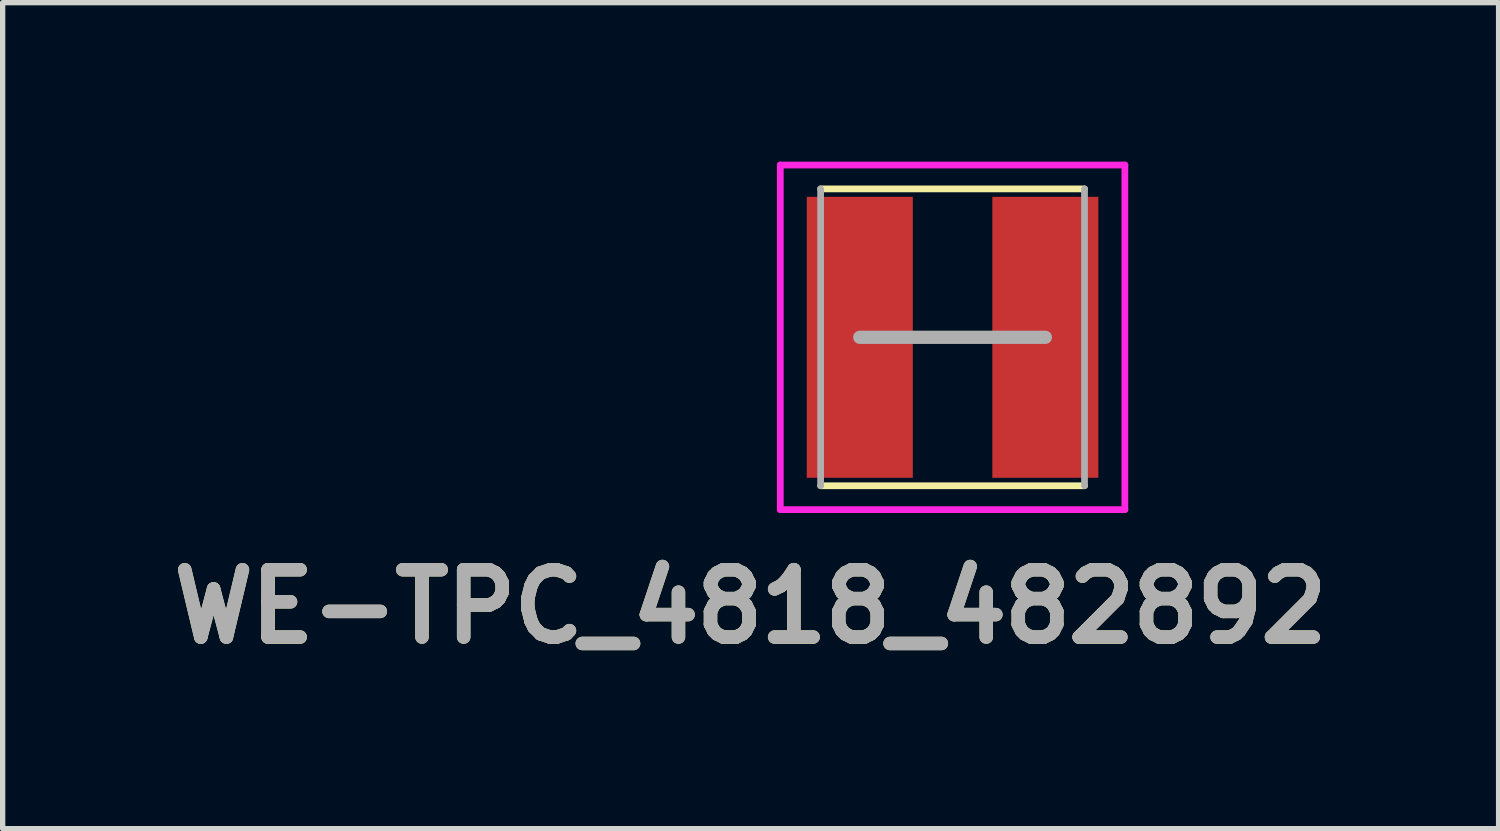
<source format=kicad_pcb>
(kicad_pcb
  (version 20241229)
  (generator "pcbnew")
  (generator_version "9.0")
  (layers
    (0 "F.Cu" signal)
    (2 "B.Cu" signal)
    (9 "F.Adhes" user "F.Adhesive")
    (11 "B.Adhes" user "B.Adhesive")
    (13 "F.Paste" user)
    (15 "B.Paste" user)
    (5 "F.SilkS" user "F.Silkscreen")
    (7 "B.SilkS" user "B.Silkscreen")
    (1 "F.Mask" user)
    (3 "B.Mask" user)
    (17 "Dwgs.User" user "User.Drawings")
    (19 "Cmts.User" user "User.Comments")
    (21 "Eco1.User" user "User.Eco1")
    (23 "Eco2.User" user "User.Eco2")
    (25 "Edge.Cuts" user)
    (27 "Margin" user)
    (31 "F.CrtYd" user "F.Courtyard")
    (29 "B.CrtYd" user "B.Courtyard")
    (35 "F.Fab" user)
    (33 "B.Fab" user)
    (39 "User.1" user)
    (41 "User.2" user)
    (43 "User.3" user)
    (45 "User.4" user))
  (footprint "WE-TPC_4818_482892"
    (layer "F.Cu")
    (at 14.919 3.313)
    (property "Reference" "WE-TPC_4818_482892" (at -3.81 5.08 0) (layer "F.SilkS") (effects (font (size 1.27 1.27) (thickness 0.254))))
    (attr smd)
    (fp_line (start -2.489 -2.8) (end 2.489 -2.8) (stroke (width 0.127) (type solid)) (layer "F.SilkS"))
    (fp_line (start 2.489 2.8) (end -2.489 2.8) (stroke (width 0.127) (type solid)) (layer "F.SilkS"))
    (fp_line (start -3.25 -3.25) (end 3.25 -3.25) (stroke (width 0.127) (type solid)) (layer "F.CrtYd"))
    (fp_line (start -3.25 3.25) (end -3.25 -3.25) (stroke (width 0.127) (type solid)) (layer "F.CrtYd"))
    (fp_line (start 3.25 -3.25) (end 3.25 3.25) (stroke (width 0.127) (type solid)) (layer "F.CrtYd"))
    (fp_line (start 3.25 3.25) (end -3.25 3.25) (stroke (width 0.127) (type solid)) (layer "F.CrtYd"))
    (fp_line (start -2.489 2.8) (end -2.489 -2.8) (stroke (width 0.127) (type solid)) (layer "F.Fab"))
    (fp_line (start -1.75 0) (end 1.75 0) (stroke (width 0.25) (type solid)) (layer "F.Fab"))
    (fp_line (start 2.489 -2.8) (end 2.489 2.8) (stroke (width 0.127) (type solid)) (layer "F.Fab"))
    (fp_text user "${REFERENCE}" (at -3.81 5.08 0) (layer "F.Fab") (effects (font (size 1.27 1.27) (thickness 0.254))))
    (pad "1" smd rect (at -1.75 0) (size 2 5.3) (layers "F.Cu" "F.Mask" "F.Paste"))
    (pad "2" smd rect (at 1.75 0) (size 2 5.3) (layers "F.Cu" "F.Mask" "F.Paste")))
  (gr_rect
    (start -3 -3)
    (end 25.219 12.582)
    (stroke (width 0.1) (type default))
    (fill no)
    (layer "Edge.Cuts")))
</source>
